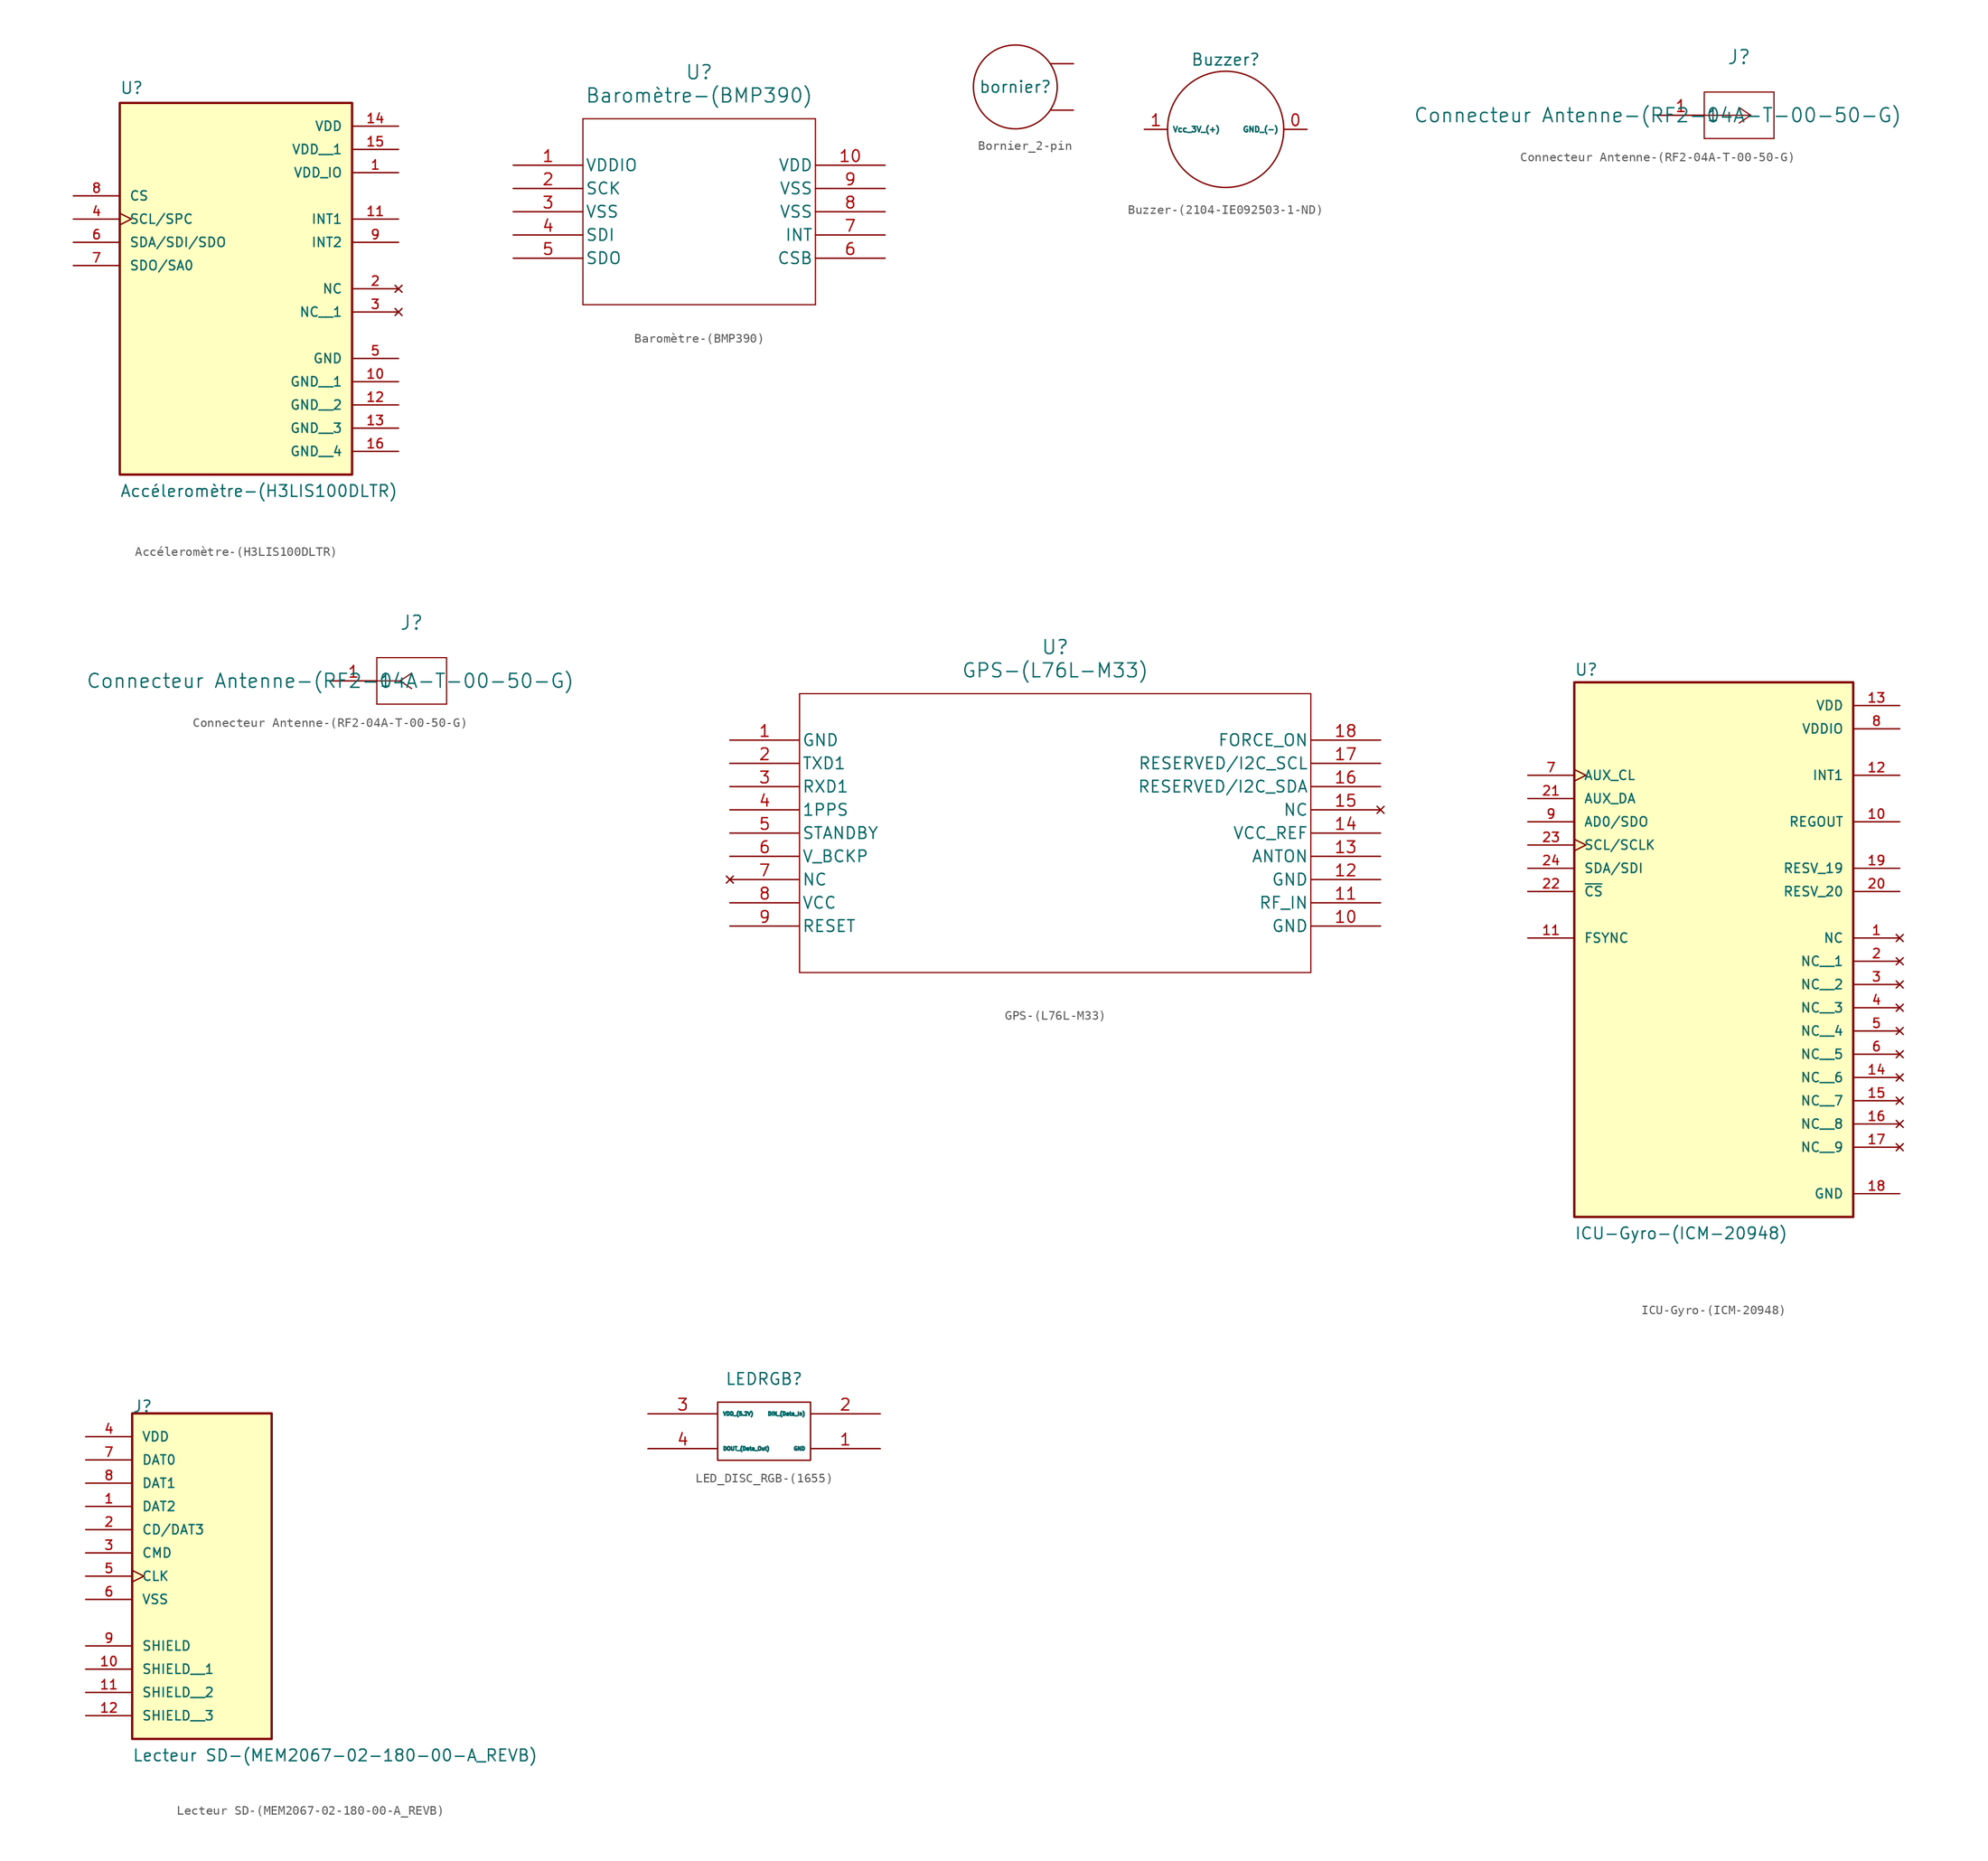
<source format=kicad_sym>
(kicad_symbol_lib
  (version 20220914)
  (generator kicad_symbol_editor)
  (symbol "Accéleromètre-(H3LIS100DLTR)"
    (pin_names
      (offset 1.016))
    (property "Reference" "U"
      (at -12.7 13.589 0)
      (effects (font (size 1.27 1.27)) (justify left bottom)))
    (property "Value" "Accéleromètre-(H3LIS100DLTR)"
      (at -12.7 -30.48 0)
      (effects (font (size 1.27 1.27)) (justify left bottom)))
    (symbol "Accéleromètre-(H3LIS100DLTR)_0_0"
      (rectangle (start -12.7 -27.94) (end 12.7 12.7) (stroke (width 0.254) (type default)) (fill (type background)))
      (pin power_in line (at 17.78 5.08 180) (length 5.08) (name "VDD_IO" (effects (font (size 1.016 1.016)))) (number "1" (effects (font (size 1.016 1.016)))))
      (pin power_in line (at 17.78 -17.78 180) (length 5.08) (name "GND__1" (effects (font (size 1.016 1.016)))) (number "10" (effects (font (size 1.016 1.016)))))
      (pin output line (at 17.78 0 180) (length 5.08) (name "INT1" (effects (font (size 1.016 1.016)))) (number "11" (effects (font (size 1.016 1.016)))))
      (pin power_in line (at 17.78 -20.32 180) (length 5.08) (name "GND__2" (effects (font (size 1.016 1.016)))) (number "12" (effects (font (size 1.016 1.016)))))
      (pin power_in line (at 17.78 -22.86 180) (length 5.08) (name "GND__3" (effects (font (size 1.016 1.016)))) (number "13" (effects (font (size 1.016 1.016)))))
      (pin power_in line (at 17.78 10.16 180) (length 5.08) (name "VDD" (effects (font (size 1.016 1.016)))) (number "14" (effects (font (size 1.016 1.016)))))
      (pin power_in line (at 17.78 7.62 180) (length 5.08) (name "VDD__1" (effects (font (size 1.016 1.016)))) (number "15" (effects (font (size 1.016 1.016)))))
      (pin power_in line (at 17.78 -25.4 180) (length 5.08) (name "GND__4" (effects (font (size 1.016 1.016)))) (number "16" (effects (font (size 1.016 1.016)))))
      (pin no_connect line (at 17.78 -7.62 180) (length 5.08) (name "NC" (effects (font (size 1.016 1.016)))) (number "2" (effects (font (size 1.016 1.016)))))
      (pin no_connect line (at 17.78 -10.16 180) (length 5.08) (name "NC__1" (effects (font (size 1.016 1.016)))) (number "3" (effects (font (size 1.016 1.016)))))
      (pin input clock (at -17.78 0 0) (length 5.08) (name "SCL/SPC" (effects (font (size 1.016 1.016)))) (number "4" (effects (font (size 1.016 1.016)))))
      (pin power_in line (at 17.78 -15.24 180) (length 5.08) (name "GND" (effects (font (size 1.016 1.016)))) (number "5" (effects (font (size 1.016 1.016)))))
      (pin bidirectional line (at -17.78 -2.54 0) (length 5.08) (name "SDA/SDI/SDO" (effects (font (size 1.016 1.016)))) (number "6" (effects (font (size 1.016 1.016)))))
      (pin bidirectional line (at -17.78 -5.08 0) (length 5.08) (name "SDO/SA0" (effects (font (size 1.016 1.016)))) (number "7" (effects (font (size 1.016 1.016)))))
      (pin input line (at -17.78 2.54 0) (length 5.08) (name "CS" (effects (font (size 1.016 1.016)))) (number "8" (effects (font (size 1.016 1.016)))))
      (pin output line (at 17.78 -2.54 180) (length 5.08) (name "INT2" (effects (font (size 1.016 1.016)))) (number "9" (effects (font (size 1.016 1.016)))))))
  (symbol "Baromètre-(BMP390)"
    (pin_names
      (offset 0.254))
    (property "Reference" "U"
      (at 20.32 10.16 0)
      (effects (font (size 1.524 1.524))))
    (property "Value" "Baromètre-(BMP390)"
      (at 20.32 7.62 0)
      (effects (font (size 1.524 1.524))))
    (property "ki_locked" ""
      (at 0 0 0)
      (effects (font (size 1.27 1.27))))
    (symbol "Baromètre-(BMP390)_0_1"
      (polyline (pts (xy 7.62 -15.24) (xy 33.02 -15.24)) (stroke (width 0.127) (type default)) (fill (type none)))
      (polyline (pts (xy 7.62 5.08) (xy 7.62 -15.24)) (stroke (width 0.127) (type default)) (fill (type none)))
      (polyline (pts (xy 33.02 -15.24) (xy 33.02 5.08)) (stroke (width 0.127) (type default)) (fill (type none)))
      (polyline (pts (xy 33.02 5.08) (xy 7.62 5.08)) (stroke (width 0.127) (type default)) (fill (type none)))
      (pin power_in line (at 0 0 0) (length 7.62) (name "VDDIO" (effects (font (size 1.27 1.27)))) (number "1" (effects (font (size 1.27 1.27)))))
      (pin power_in line (at 40.64 0 180) (length 7.62) (name "VDD" (effects (font (size 1.27 1.27)))) (number "10" (effects (font (size 1.27 1.27)))))
      (pin input line (at 0 -2.54 0) (length 7.62) (name "SCK" (effects (font (size 1.27 1.27)))) (number "2" (effects (font (size 1.27 1.27)))))
      (pin power_out line (at 0 -5.08 0) (length 7.62) (name "VSS" (effects (font (size 1.27 1.27)))) (number "3" (effects (font (size 1.27 1.27)))))
      (pin bidirectional line (at 0 -7.62 0) (length 7.62) (name "SDI" (effects (font (size 1.27 1.27)))) (number "4" (effects (font (size 1.27 1.27)))))
      (pin bidirectional line (at 0 -10.16 0) (length 7.62) (name "SDO" (effects (font (size 1.27 1.27)))) (number "5" (effects (font (size 1.27 1.27)))))
      (pin input line (at 40.64 -10.16 180) (length 7.62) (name "CSB" (effects (font (size 1.27 1.27)))) (number "6" (effects (font (size 1.27 1.27)))))
      (pin input line (at 40.64 -7.62 180) (length 7.62) (name "INT" (effects (font (size 1.27 1.27)))) (number "7" (effects (font (size 1.27 1.27)))))
      (pin power_out line (at 40.64 -5.08 180) (length 7.62) (name "VSS" (effects (font (size 1.27 1.27)))) (number "8" (effects (font (size 1.27 1.27)))))
      (pin power_out line (at 40.64 -2.54 180) (length 7.62) (name "VSS" (effects (font (size 1.27 1.27)))) (number "9" (effects (font (size 1.27 1.27)))))))
  (symbol "Bornier_2-pin"
    (pin_numbers hide)
    (pin_names
      (offset 0))
    (property "Reference" "bornier"
      (at 0 0 0)
      (effects (font (size 1.27 1.27))))
    (property "Value" ""
      (at 0 3.81 0)
      (effects (font (size 1.27 1.27))))
    (symbol "Bornier_2-pin_0_1"
      (circle (center 0 0) (radius 4.579) (stroke (width 0) (type default)) (fill (type none))))
    (symbol "Bornier_2-pin_1_1"
      (pin passive line (at 6.35 -2.54 180) (length 2.54) (name "" (effects (font (size 1.27 1.27)))) (number "0" (effects (font (size 1.27 1.27)))))
      (pin passive line (at 6.35 2.54 180) (length 2.54) (name "" (effects (font (size 1.27 1.27)))) (number "1" (effects (font (size 1.27 1.27)))))))
  (symbol "Buzzer-(2104-IE092503-1-ND)"
    (property "Reference" "Buzzer"
      (at 0 1.27 0)
      (effects (font (size 1.27 1.27))))
    (property "Value" ""
      (at 0 1.27 0)
      (effects (font (size 1.27 1.27))))
    (symbol "Buzzer-(2104-IE092503-1-ND)_0_1"
      (circle (center 0 -6.35) (radius 6.35) (stroke (width 0) (type default)) (fill (type none))))
    (symbol "Buzzer-(2104-IE092503-1-ND)_1_1"
      (pin input line (at 8.89 -6.35 180) (length 2.54) (name "GND_(-)" (effects (font (size 0.6 0.6)))) (number "0" (effects (font (size 1.27 1.27)))))
      (pin input line (at -8.89 -6.35 0) (length 2.54) (name "Vcc_3V_(+)" (effects (font (size 0.6 0.6)))) (number "1" (effects (font (size 1.27 1.27)))))))
  (symbol "Connecteur Antenne-(RF2-04A-T-00-50-G)"
    (pin_names
      (offset 0.254))
    (property "Reference" "J"
      (at 8.89 6.35 0)
      (effects (font (size 1.524 1.524))))
    (property "Value" "Connecteur Antenne-(RF2-04A-T-00-50-G)"
      (at 0 0 0)
      (effects (font (size 1.524 1.524))))
    (property "ki_locked" ""
      (at 0 0 0)
      (effects (font (size 1.27 1.27))))
    (symbol "Connecteur Antenne-(RF2-04A-T-00-50-G)_1_1"
      (polyline (pts (xy 5.08 -2.54) (xy 12.7 -2.54)) (stroke (width 0.127) (type default)) (fill (type none)))
      (polyline (pts (xy 5.08 2.54) (xy 5.08 -2.54)) (stroke (width 0.127) (type default)) (fill (type none)))
      (polyline (pts (xy 10.16 0) (xy 5.08 0)) (stroke (width 0.127) (type default)) (fill (type none)))
      (polyline (pts (xy 10.16 0) (xy 8.89 -0.847)) (stroke (width 0.127) (type default)) (fill (type none)))
      (polyline (pts (xy 10.16 0) (xy 8.89 0.847)) (stroke (width 0.127) (type default)) (fill (type none)))
      (polyline (pts (xy 12.7 -2.54) (xy 12.7 2.54)) (stroke (width 0.127) (type default)) (fill (type none)))
      (polyline (pts (xy 12.7 2.54) (xy 5.08 2.54)) (stroke (width 0.127) (type default)) (fill (type none)))
      (pin unspecified line (at 0 0 0) (length 5.08) (name "1" (effects (font (size 1.27 1.27)))) (number "1" (effects (font (size 1.27 1.27))))))
    (symbol "Connecteur Antenne-(RF2-04A-T-00-50-G)_1_2"
      (polyline (pts (xy 5.08 -2.54) (xy 12.7 -2.54)) (stroke (width 0.127) (type default)) (fill (type none)))
      (polyline (pts (xy 5.08 2.54) (xy 5.08 -2.54)) (stroke (width 0.127) (type default)) (fill (type none)))
      (polyline (pts (xy 7.62 0) (xy 5.08 0)) (stroke (width 0.127) (type default)) (fill (type none)))
      (polyline (pts (xy 7.62 0) (xy 8.89 -0.847)) (stroke (width 0.127) (type default)) (fill (type none)))
      (polyline (pts (xy 7.62 0) (xy 8.89 0.847)) (stroke (width 0.127) (type default)) (fill (type none)))
      (polyline (pts (xy 12.7 -2.54) (xy 12.7 2.54)) (stroke (width 0.127) (type default)) (fill (type none)))
      (polyline (pts (xy 12.7 2.54) (xy 5.08 2.54)) (stroke (width 0.127) (type default)) (fill (type none)))
      (pin unspecified line (at 0 0 0) (length 5.08) (name "1" (effects (font (size 1.27 1.27)))) (number "1" (effects (font (size 1.27 1.27)))))))
  (symbol "GPS-(L76L-M33)"
    (pin_names
      (offset 0.254))
    (property "Reference" "U"
      (at 35.56 10.16 0)
      (effects (font (size 1.524 1.524))))
    (property "Value" "GPS-(L76L-M33)"
      (at 35.56 7.62 0)
      (effects (font (size 1.524 1.524))))
    (property "ki_locked" ""
      (at 0 0 0)
      (effects (font (size 1.27 1.27))))
    (symbol "GPS-(L76L-M33)_0_1"
      (polyline (pts (xy 7.62 -25.4) (xy 63.5 -25.4)) (stroke (width 0.127) (type default)) (fill (type none)))
      (polyline (pts (xy 7.62 5.08) (xy 7.62 -25.4)) (stroke (width 0.127) (type default)) (fill (type none)))
      (polyline (pts (xy 63.5 -25.4) (xy 63.5 5.08)) (stroke (width 0.127) (type default)) (fill (type none)))
      (polyline (pts (xy 63.5 5.08) (xy 7.62 5.08)) (stroke (width 0.127) (type default)) (fill (type none)))
      (pin power_out line (at 0 0 0) (length 7.62) (name "GND" (effects (font (size 1.27 1.27)))) (number "1" (effects (font (size 1.27 1.27)))))
      (pin power_out line (at 71.12 -20.32 180) (length 7.62) (name "GND" (effects (font (size 1.27 1.27)))) (number "10" (effects (font (size 1.27 1.27)))))
      (pin input line (at 71.12 -17.78 180) (length 7.62) (name "RF_IN" (effects (font (size 1.27 1.27)))) (number "11" (effects (font (size 1.27 1.27)))))
      (pin power_out line (at 71.12 -15.24 180) (length 7.62) (name "GND" (effects (font (size 1.27 1.27)))) (number "12" (effects (font (size 1.27 1.27)))))
      (pin output line (at 71.12 -12.7 180) (length 7.62) (name "ANTON" (effects (font (size 1.27 1.27)))) (number "13" (effects (font (size 1.27 1.27)))))
      (pin power_in line (at 71.12 -10.16 180) (length 7.62) (name "VCC_REF" (effects (font (size 1.27 1.27)))) (number "14" (effects (font (size 1.27 1.27)))))
      (pin no_connect line (at 71.12 -7.62 180) (length 7.62) (name "NC" (effects (font (size 1.27 1.27)))) (number "15" (effects (font (size 1.27 1.27)))))
      (pin bidirectional line (at 71.12 -5.08 180) (length 7.62) (name "RESERVED/I2C_SDA" (effects (font (size 1.27 1.27)))) (number "16" (effects (font (size 1.27 1.27)))))
      (pin bidirectional line (at 71.12 -2.54 180) (length 7.62) (name "RESERVED/I2C_SCL" (effects (font (size 1.27 1.27)))) (number "17" (effects (font (size 1.27 1.27)))))
      (pin input line (at 71.12 0 180) (length 7.62) (name "FORCE_ON" (effects (font (size 1.27 1.27)))) (number "18" (effects (font (size 1.27 1.27)))))
      (pin output line (at 0 -2.54 0) (length 7.62) (name "TXD1" (effects (font (size 1.27 1.27)))) (number "2" (effects (font (size 1.27 1.27)))))
      (pin input line (at 0 -5.08 0) (length 7.62) (name "RXD1" (effects (font (size 1.27 1.27)))) (number "3" (effects (font (size 1.27 1.27)))))
      (pin output line (at 0 -7.62 0) (length 7.62) (name "1PPS" (effects (font (size 1.27 1.27)))) (number "4" (effects (font (size 1.27 1.27)))))
      (pin input line (at 0 -10.16 0) (length 7.62) (name "STANDBY" (effects (font (size 1.27 1.27)))) (number "5" (effects (font (size 1.27 1.27)))))
      (pin power_in line (at 0 -12.7 0) (length 7.62) (name "V_BCKP" (effects (font (size 1.27 1.27)))) (number "6" (effects (font (size 1.27 1.27)))))
      (pin no_connect line (at 0 -15.24 0) (length 7.62) (name "NC" (effects (font (size 1.27 1.27)))) (number "7" (effects (font (size 1.27 1.27)))))
      (pin power_in line (at 0 -17.78 0) (length 7.62) (name "VCC" (effects (font (size 1.27 1.27)))) (number "8" (effects (font (size 1.27 1.27)))))
      (pin input line (at 0 -20.32 0) (length 7.62) (name "RESET" (effects (font (size 1.27 1.27)))) (number "9" (effects (font (size 1.27 1.27)))))))
  (symbol "ICU-Gyro-(ICM-20948)"
    (pin_names
      (offset 1.016))
    (property "Reference" "U"
      (at -15.24 18.415 0)
      (effects (font (size 1.27 1.27)) (justify left bottom)))
    (property "Value" "ICU-Gyro-(ICM-20948)"
      (at -15.24 -43.18 0)
      (effects (font (size 1.27 1.27)) (justify left bottom)))
    (symbol "ICU-Gyro-(ICM-20948)_0_0"
      (rectangle (start -15.24 -40.64) (end 15.24 17.78) (stroke (width 0.254) (type default)) (fill (type background)))
      (pin no_connect line (at 20.32 -10.16 180) (length 5.08) (name "NC" (effects (font (size 1.016 1.016)))) (number "1" (effects (font (size 1.016 1.016)))))
      (pin output line (at 20.32 2.54 180) (length 5.08) (name "REGOUT" (effects (font (size 1.016 1.016)))) (number "10" (effects (font (size 1.016 1.016)))))
      (pin input line (at -20.32 -10.16 0) (length 5.08) (name "FSYNC" (effects (font (size 1.016 1.016)))) (number "11" (effects (font (size 1.016 1.016)))))
      (pin output line (at 20.32 7.62 180) (length 5.08) (name "INT1" (effects (font (size 1.016 1.016)))) (number "12" (effects (font (size 1.016 1.016)))))
      (pin power_in line (at 20.32 15.24 180) (length 5.08) (name "VDD" (effects (font (size 1.016 1.016)))) (number "13" (effects (font (size 1.016 1.016)))))
      (pin no_connect line (at 20.32 -25.4 180) (length 5.08) (name "NC__6" (effects (font (size 1.016 1.016)))) (number "14" (effects (font (size 1.016 1.016)))))
      (pin no_connect line (at 20.32 -27.94 180) (length 5.08) (name "NC__7" (effects (font (size 1.016 1.016)))) (number "15" (effects (font (size 1.016 1.016)))))
      (pin no_connect line (at 20.32 -30.48 180) (length 5.08) (name "NC__8" (effects (font (size 1.016 1.016)))) (number "16" (effects (font (size 1.016 1.016)))))
      (pin no_connect line (at 20.32 -33.02 180) (length 5.08) (name "NC__9" (effects (font (size 1.016 1.016)))) (number "17" (effects (font (size 1.016 1.016)))))
      (pin power_in line (at 20.32 -38.1 180) (length 5.08) (name "GND" (effects (font (size 1.016 1.016)))) (number "18" (effects (font (size 1.016 1.016)))))
      (pin passive line (at 20.32 -2.54 180) (length 5.08) (name "RESV_19" (effects (font (size 1.016 1.016)))) (number "19" (effects (font (size 1.016 1.016)))))
      (pin no_connect line (at 20.32 -12.7 180) (length 5.08) (name "NC__1" (effects (font (size 1.016 1.016)))) (number "2" (effects (font (size 1.016 1.016)))))
      (pin passive line (at 20.32 -5.08 180) (length 5.08) (name "RESV_20" (effects (font (size 1.016 1.016)))) (number "20" (effects (font (size 1.016 1.016)))))
      (pin bidirectional line (at -20.32 5.08 0) (length 5.08) (name "AUX_DA" (effects (font (size 1.016 1.016)))) (number "21" (effects (font (size 1.016 1.016)))))
      (pin input line (at -20.32 -5.08 0) (length 5.08) (name "~{CS}" (effects (font (size 1.016 1.016)))) (number "22" (effects (font (size 1.016 1.016)))))
      (pin input clock (at -20.32 0 0) (length 5.08) (name "SCL/SCLK" (effects (font (size 1.016 1.016)))) (number "23" (effects (font (size 1.016 1.016)))))
      (pin bidirectional line (at -20.32 -2.54 0) (length 5.08) (name "SDA/SDI" (effects (font (size 1.016 1.016)))) (number "24" (effects (font (size 1.016 1.016)))))
      (pin no_connect line (at 20.32 -15.24 180) (length 5.08) (name "NC__2" (effects (font (size 1.016 1.016)))) (number "3" (effects (font (size 1.016 1.016)))))
      (pin no_connect line (at 20.32 -17.78 180) (length 5.08) (name "NC__3" (effects (font (size 1.016 1.016)))) (number "4" (effects (font (size 1.016 1.016)))))
      (pin no_connect line (at 20.32 -20.32 180) (length 5.08) (name "NC__4" (effects (font (size 1.016 1.016)))) (number "5" (effects (font (size 1.016 1.016)))))
      (pin no_connect line (at 20.32 -22.86 180) (length 5.08) (name "NC__5" (effects (font (size 1.016 1.016)))) (number "6" (effects (font (size 1.016 1.016)))))
      (pin input clock (at -20.32 7.62 0) (length 5.08) (name "AUX_CL" (effects (font (size 1.016 1.016)))) (number "7" (effects (font (size 1.016 1.016)))))
      (pin power_in line (at 20.32 12.7 180) (length 5.08) (name "VDDIO" (effects (font (size 1.016 1.016)))) (number "8" (effects (font (size 1.016 1.016)))))
      (pin bidirectional line (at -20.32 2.54 0) (length 5.08) (name "AD0/SDO" (effects (font (size 1.016 1.016)))) (number "9" (effects (font (size 1.016 1.016)))))))
  (symbol "Lecteur SD-(MEM2067-02-180-00-A_REVB)"
    (pin_names
      (offset 1.016))
    (property "Reference" "J"
      (at 0 12.712 0)
      (effects (font (size 1.27 1.27)) (justify left bottom)))
    (property "Value" "Lecteur SD-(MEM2067-02-180-00-A_REVB)"
      (at 0 -25.403 0)
      (effects (font (size 1.27 1.27)) (justify left bottom)))
    (symbol "Lecteur SD-(MEM2067-02-180-00-A_REVB)_0_0"
      (rectangle (start 0 -22.86) (end 15.24 12.7) (stroke (width 0.254) (type default)) (fill (type background)))
      (pin bidirectional line (at -5.08 2.54 0) (length 5.08) (name "DAT2" (effects (font (size 1.016 1.016)))) (number "1" (effects (font (size 1.016 1.016)))))
      (pin passive line (at -5.08 -15.24 0) (length 5.08) (name "SHIELD__1" (effects (font (size 1.016 1.016)))) (number "10" (effects (font (size 1.016 1.016)))))
      (pin passive line (at -5.08 -17.78 0) (length 5.08) (name "SHIELD__2" (effects (font (size 1.016 1.016)))) (number "11" (effects (font (size 1.016 1.016)))))
      (pin passive line (at -5.08 -20.32 0) (length 5.08) (name "SHIELD__3" (effects (font (size 1.016 1.016)))) (number "12" (effects (font (size 1.016 1.016)))))
      (pin bidirectional line (at -5.08 0 0) (length 5.08) (name "CD/DAT3" (effects (font (size 1.016 1.016)))) (number "2" (effects (font (size 1.016 1.016)))))
      (pin bidirectional line (at -5.08 -2.54 0) (length 5.08) (name "CMD" (effects (font (size 1.016 1.016)))) (number "3" (effects (font (size 1.016 1.016)))))
      (pin power_in line (at -5.08 10.16 0) (length 5.08) (name "VDD" (effects (font (size 1.016 1.016)))) (number "4" (effects (font (size 1.016 1.016)))))
      (pin bidirectional clock (at -5.08 -5.08 0) (length 5.08) (name "CLK" (effects (font (size 1.016 1.016)))) (number "5" (effects (font (size 1.016 1.016)))))
      (pin power_in line (at -5.08 -7.62 0) (length 5.08) (name "VSS" (effects (font (size 1.016 1.016)))) (number "6" (effects (font (size 1.016 1.016)))))
      (pin bidirectional line (at -5.08 7.62 0) (length 5.08) (name "DAT0" (effects (font (size 1.016 1.016)))) (number "7" (effects (font (size 1.016 1.016)))))
      (pin bidirectional line (at -5.08 5.08 0) (length 5.08) (name "DAT1" (effects (font (size 1.016 1.016)))) (number "8" (effects (font (size 1.016 1.016)))))
      (pin passive line (at -5.08 -12.7 0) (length 5.08) (name "SHIELD" (effects (font (size 1.016 1.016)))) (number "9" (effects (font (size 1.016 1.016)))))))
  (symbol "LED_DISC_RGB-(1655)"
    (property "Reference" "LEDRGB"
      (at 0 0 0)
      (effects (font (size 1.27 1.27))))
    (property "Value" ""
      (at 0 0 0)
      (effects (font (size 1.27 1.27))))
    (symbol "LED_DISC_RGB-(1655)_0_1"
      (rectangle (start -5.08 -2.54) (end 5.08 -8.89) (stroke (width 0) (type default)) (fill (type none))))
    (symbol "LED_DISC_RGB-(1655)_1_1"
      (pin output line (at 12.7 -7.62 180) (length 7.62) (name "GND" (effects (font (size 0.4 0.4)))) (number "1" (effects (font (size 1.27 1.27)))))
      (pin input line (at 12.7 -3.81 180) (length 7.62) (name "DIN_(Data_In)" (effects (font (size 0.4 0.4)))) (number "2" (effects (font (size 1.27 1.27)))))
      (pin input line (at -12.7 -3.81 0) (length 7.62) (name "VDD_(5.2V)" (effects (font (size 0.4 0.4)))) (number "3" (effects (font (size 1.27 1.27)))))
      (pin output line (at -12.7 -7.62 0) (length 7.62) (name "DOUT_(Data_Out)" (effects (font (size 0.4 0.4)))) (number "4" (effects (font (size 1.27 1.27))))))))
</source>
